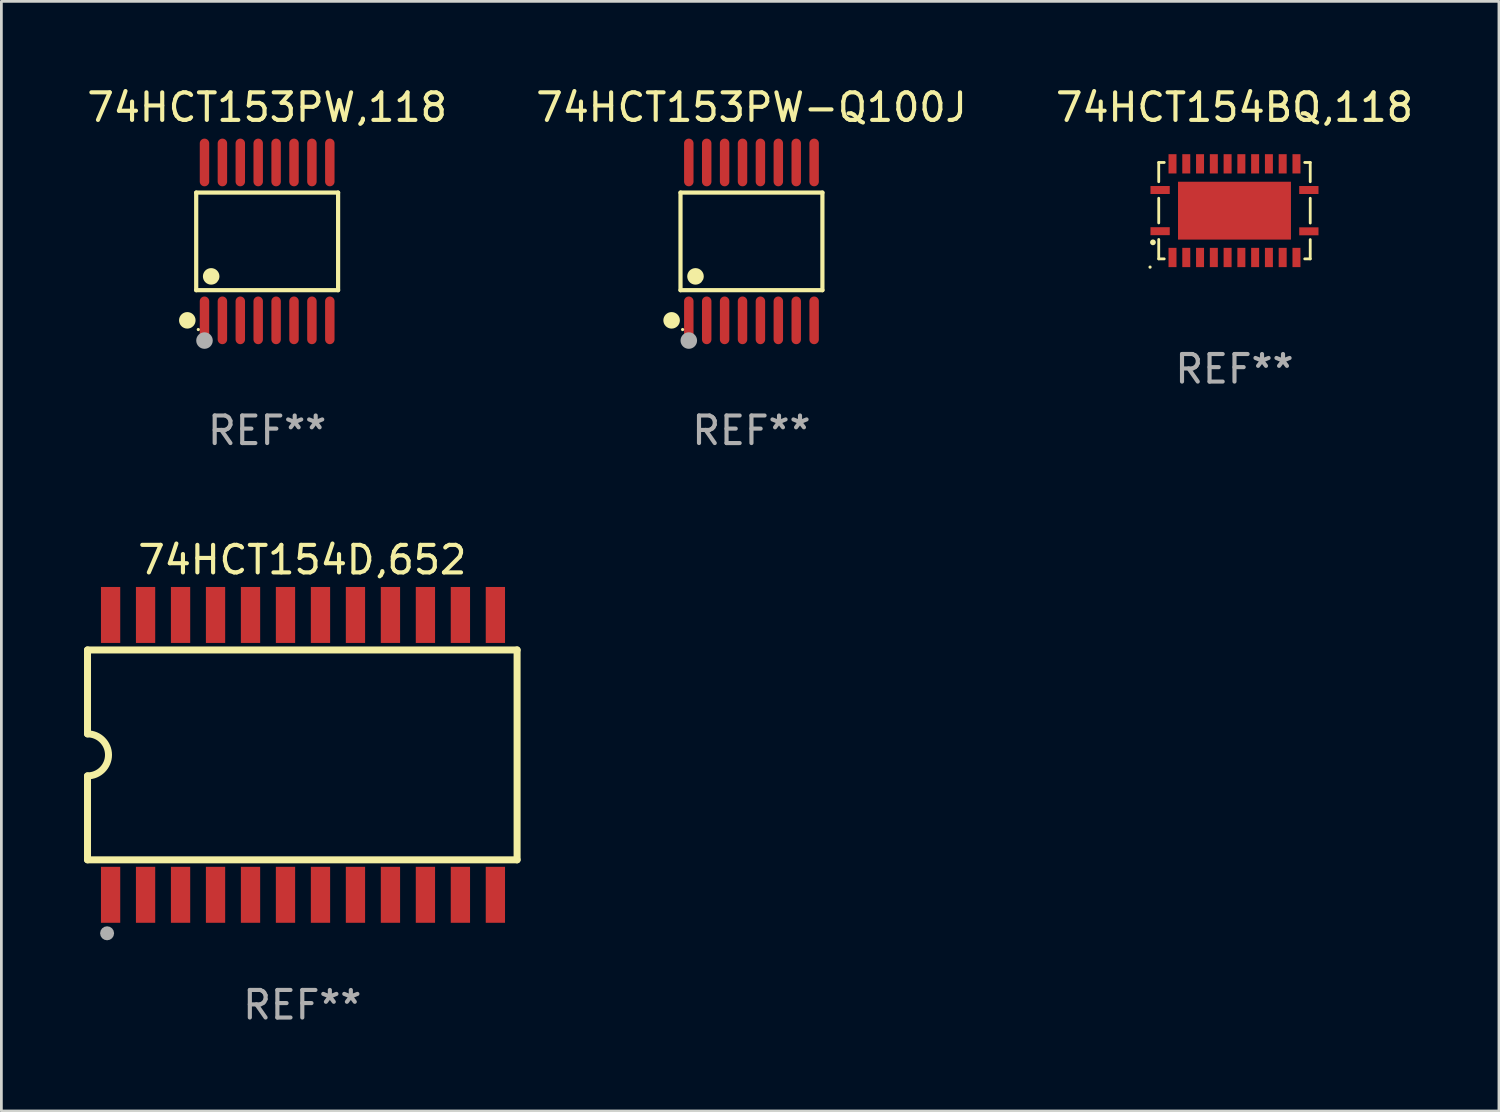
<source format=kicad_pcb>
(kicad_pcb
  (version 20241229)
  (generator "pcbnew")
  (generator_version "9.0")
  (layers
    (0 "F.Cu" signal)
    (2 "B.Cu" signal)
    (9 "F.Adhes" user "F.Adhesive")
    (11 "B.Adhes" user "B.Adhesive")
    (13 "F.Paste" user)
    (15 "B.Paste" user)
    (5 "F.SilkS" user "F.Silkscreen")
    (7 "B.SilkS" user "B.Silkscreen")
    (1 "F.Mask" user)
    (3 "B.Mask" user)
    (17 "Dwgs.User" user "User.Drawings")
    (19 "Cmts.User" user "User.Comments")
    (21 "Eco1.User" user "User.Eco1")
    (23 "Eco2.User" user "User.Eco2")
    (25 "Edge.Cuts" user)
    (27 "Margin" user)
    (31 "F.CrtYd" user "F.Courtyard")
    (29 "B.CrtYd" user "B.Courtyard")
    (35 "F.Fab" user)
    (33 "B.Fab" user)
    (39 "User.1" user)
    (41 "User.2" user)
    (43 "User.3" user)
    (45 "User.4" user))
  (footprint "74HCT154D,652"
    (layer "F.Cu")
    (at 7.925 24.356)
    (property "Reference" "74HCT154D,652" (at 0 -7.08 0) (layer "F.SilkS") (effects (font (size 1 1) (thickness 0.15))))
    (attr through_hole)
    (fp_line (start -7.798 -3.81) (end -7.798 -0.762) (stroke (width 0.254) (type solid)) (layer "F.SilkS"))
    (fp_line (start -7.798 3.81) (end -7.798 0.762) (stroke (width 0.254) (type solid)) (layer "F.SilkS"))
    (fp_line (start 7.798 -3.81) (end -7.798 -3.81) (stroke (width 0.254) (type solid)) (layer "F.SilkS"))
    (fp_line (start 7.798 3.81) (end -7.798 3.81) (stroke (width 0.254) (type solid)) (layer "F.SilkS"))
    (fp_line (start 7.798 3.81) (end 7.798 -3.81) (stroke (width 0.254) (type solid)) (layer "F.SilkS"))
    (fp_arc (start -7.797791 -0.762002) (mid -7.03579 -0.000001) (end -7.79779 0.762002) (stroke (width 0.254001) (type solid)) (layer "F.SilkS"))
    (fp_circle (center -7.825 3.75) (end -7.795 3.75) (stroke (width 0.06) (type solid)) (fill no) (layer "F.SilkS"))
    (fp_circle (center -7.087 6.477) (end -6.96 6.477) (stroke (width 0.254) (type solid)) (fill no) (layer "F.Fab"))
    (fp_text user "REF**" (at 0 9.08 0) (layer "F.Fab") (effects (font (size 1 1) (thickness 0.15))))
    (pad "1" smd rect (at -6.96 5.08 90) (size 2.032 0.7) (layers "F.Cu" "F.Mask" "F.Paste"))
    (pad "2" smd rect (at -5.69 5.08 90) (size 2.032 0.7) (layers "F.Cu" "F.Mask" "F.Paste"))
    (pad "3" smd rect (at -4.42 5.08 90) (size 2.032 0.7) (layers "F.Cu" "F.Mask" "F.Paste"))
    (pad "4" smd rect (at -3.15 5.08 90) (size 2.032 0.7) (layers "F.Cu" "F.Mask" "F.Paste"))
    (pad "5" smd rect (at -1.88 5.08 90) (size 2.032 0.7) (layers "F.Cu" "F.Mask" "F.Paste"))
    (pad "6" smd rect (at -0.61 5.08 90) (size 2.032 0.7) (layers "F.Cu" "F.Mask" "F.Paste"))
    (pad "7" smd rect (at 0.66 5.08 90) (size 2.032 0.7) (layers "F.Cu" "F.Mask" "F.Paste"))
    (pad "8" smd rect (at 1.93 5.08 90) (size 2.032 0.7) (layers "F.Cu" "F.Mask" "F.Paste"))
    (pad "9" smd rect (at 3.2 5.08 90) (size 2.032 0.7) (layers "F.Cu" "F.Mask" "F.Paste"))
    (pad "10" smd rect (at 4.47 5.08 90) (size 2.032 0.7) (layers "F.Cu" "F.Mask" "F.Paste"))
    (pad "11" smd rect (at 5.74 5.08 90) (size 2.032 0.7) (layers "F.Cu" "F.Mask" "F.Paste"))
    (pad "12" smd rect (at 7.01 5.08 90) (size 2.032 0.7) (layers "F.Cu" "F.Mask" "F.Paste"))
    (pad "13" smd rect (at 7.01 -5.08 90) (size 2.032 0.7) (layers "F.Cu" "F.Mask" "F.Paste"))
    (pad "14" smd rect (at 5.74 -5.08 90) (size 2.032 0.7) (layers "F.Cu" "F.Mask" "F.Paste"))
    (pad "15" smd rect (at 4.47 -5.08 90) (size 2.032 0.7) (layers "F.Cu" "F.Mask" "F.Paste"))
    (pad "16" smd rect (at 3.2 -5.08 90) (size 2.032 0.7) (layers "F.Cu" "F.Mask" "F.Paste"))
    (pad "17" smd rect (at 1.93 -5.08 90) (size 2.032 0.7) (layers "F.Cu" "F.Mask" "F.Paste"))
    (pad "18" smd rect (at 0.66 -5.08 90) (size 2.032 0.7) (layers "F.Cu" "F.Mask" "F.Paste"))
    (pad "19" smd rect (at -0.61 -5.08 90) (size 2.032 0.7) (layers "F.Cu" "F.Mask" "F.Paste"))
    (pad "20" smd rect (at -1.88 -5.08 90) (size 2.032 0.7) (layers "F.Cu" "F.Mask" "F.Paste"))
    (pad "21" smd rect (at -3.15 -5.08 90) (size 2.032 0.7) (layers "F.Cu" "F.Mask" "F.Paste"))
    (pad "22" smd rect (at -4.42 -5.08 90) (size 2.032 0.7) (layers "F.Cu" "F.Mask" "F.Paste"))
    (pad "23" smd rect (at -5.69 -5.08 90) (size 2.032 0.7) (layers "F.Cu" "F.Mask" "F.Paste"))
    (pad "24" smd rect (at -6.96 -5.08 90) (size 2.032 0.7) (layers "F.Cu" "F.Mask" "F.Paste")))
  (footprint "74HCT153PW,118"
    (layer "F.Cu")
    (at 6.649 5.714)
    (property "Reference" "74HCT153PW,118" (at 0 -4.866 0) (layer "F.SilkS") (effects (font (size 1 1) (thickness 0.15))))
    (attr through_hole)
    (fp_line (start -2.576 -1.772) (end 2.576 -1.772) (stroke (width 0.152) (type solid)) (layer "F.SilkS"))
    (fp_line (start -2.576 1.771) (end -2.576 -1.772) (stroke (width 0.152) (type solid)) (layer "F.SilkS"))
    (fp_line (start 2.576 -1.772) (end 2.576 1.771) (stroke (width 0.152) (type solid)) (layer "F.SilkS"))
    (fp_line (start 2.576 1.771) (end -2.576 1.771) (stroke (width 0.152) (type solid)) (layer "F.SilkS"))
    (fp_circle (center -2.899 2.866) (end -2.749 2.866) (stroke (width 0.3) (type solid)) (fill no) (layer "F.SilkS"))
    (fp_circle (center -2.5 3.2) (end -2.47 3.2) (stroke (width 0.06) (type solid)) (fill no) (layer "F.SilkS"))
    (fp_circle (center -2.032 1.27) (end -1.882 1.27) (stroke (width 0.3) (type solid)) (fill no) (layer "F.SilkS"))
    (fp_circle (center -2.275 3.6) (end -2.125 3.6) (stroke (width 0.3) (type solid)) (fill no) (layer "F.Fab"))
    (fp_text user "REF**" (at 0 6.866 0) (layer "F.Fab") (effects (font (size 1 1) (thickness 0.15))))
    (pad "1" smd oval (at -2.275 2.866) (size 0.343 1.731) (layers "F.Cu" "F.Mask" "F.Paste"))
    (pad "2" smd oval (at -1.625 2.866) (size 0.343 1.731) (layers "F.Cu" "F.Mask" "F.Paste"))
    (pad "3" smd oval (at -0.975 2.866) (size 0.343 1.731) (layers "F.Cu" "F.Mask" "F.Paste"))
    (pad "4" smd oval (at -0.325 2.866) (size 0.343 1.731) (layers "F.Cu" "F.Mask" "F.Paste"))
    (pad "5" smd oval (at 0.325 2.866) (size 0.343 1.731) (layers "F.Cu" "F.Mask" "F.Paste"))
    (pad "6" smd oval (at 0.975 2.866) (size 0.343 1.731) (layers "F.Cu" "F.Mask" "F.Paste"))
    (pad "7" smd oval (at 1.625 2.866) (size 0.343 1.731) (layers "F.Cu" "F.Mask" "F.Paste"))
    (pad "8" smd oval (at 2.275 2.866) (size 0.343 1.731) (layers "F.Cu" "F.Mask" "F.Paste"))
    (pad "9" smd oval (at 2.275 -2.866) (size 0.343 1.731) (layers "F.Cu" "F.Mask" "F.Paste"))
    (pad "10" smd oval (at 1.625 -2.866) (size 0.343 1.731) (layers "F.Cu" "F.Mask" "F.Paste"))
    (pad "11" smd oval (at 0.975 -2.866) (size 0.343 1.731) (layers "F.Cu" "F.Mask" "F.Paste"))
    (pad "12" smd oval (at 0.325 -2.866) (size 0.343 1.731) (layers "F.Cu" "F.Mask" "F.Paste"))
    (pad "13" smd oval (at -0.325 -2.866) (size 0.343 1.731) (layers "F.Cu" "F.Mask" "F.Paste"))
    (pad "14" smd oval (at -0.975 -2.866) (size 0.343 1.731) (layers "F.Cu" "F.Mask" "F.Paste"))
    (pad "15" smd oval (at -1.625 -2.866) (size 0.343 1.731) (layers "F.Cu" "F.Mask" "F.Paste"))
    (pad "16" smd oval (at -2.275 -2.866) (size 0.343 1.731) (layers "F.Cu" "F.Mask" "F.Paste")))
  (footprint "74HCT154BQ,118"
    (layer "F.Cu")
    (at 41.768 4.598)
    (property "Reference" "74HCT154BQ,118" (at 0 -3.75 0) (layer "F.SilkS") (effects (font (size 1 1) (thickness 0.15))))
    (attr through_hole)
    (fp_line (start -2.75 -1.75) (end -2.75 -1.05) (stroke (width 0.102) (type solid)) (layer "F.SilkS"))
    (fp_line (start -2.75 -1.75) (end -2.55 -1.75) (stroke (width 0.102) (type solid)) (layer "F.SilkS"))
    (fp_line (start -2.75 -0.45) (end -2.75 0.445) (stroke (width 0.102) (type solid)) (layer "F.SilkS"))
    (fp_line (start -2.75 1.75) (end -2.75 1.045) (stroke (width 0.102) (type solid)) (layer "F.SilkS"))
    (fp_line (start -2.55 1.75) (end -2.75 1.75) (stroke (width 0.102) (type solid)) (layer "F.SilkS"))
    (fp_line (start 2.55 -1.75) (end 2.75 -1.75) (stroke (width 0.102) (type solid)) (layer "F.SilkS"))
    (fp_line (start 2.75 -1.75) (end 2.75 -1.05) (stroke (width 0.102) (type solid)) (layer "F.SilkS"))
    (fp_line (start 2.75 -0.45) (end 2.75 0.45) (stroke (width 0.102) (type solid)) (layer "F.SilkS"))
    (fp_line (start 2.75 1.05) (end 2.75 1.75) (stroke (width 0.102) (type solid)) (layer "F.SilkS"))
    (fp_line (start 2.75 1.75) (end 2.55 1.75) (stroke (width 0.102) (type solid)) (layer "F.SilkS"))
    (fp_circle (center -3.065 2.05) (end -3.035 2.05) (stroke (width 0.06) (type solid)) (fill no) (layer "F.SilkS"))
    (fp_circle (center -2.96 1.15) (end -2.906 1.15) (stroke (width 0.102) (type solid)) (fill no) (layer "F.SilkS"))
    (fp_text user "REF**" (at 0 5.75 0) (layer "F.Fab") (effects (font (size 1 1) (thickness 0.15))))
    (pad "1" smd rect (at -2.7 0.745 90) (size 0.29 0.7) (layers "F.Cu" "F.Mask" "F.Paste"))
    (pad "2" smd rect (at -2.25 1.7) (size 0.29 0.7) (layers "F.Cu" "F.Mask" "F.Paste"))
    (pad "3" smd rect (at -1.75 1.7) (size 0.29 0.7) (layers "F.Cu" "F.Mask" "F.Paste"))
    (pad "4" smd rect (at -1.25 1.7) (size 0.29 0.7) (layers "F.Cu" "F.Mask" "F.Paste"))
    (pad "5" smd rect (at -0.75 1.7) (size 0.29 0.7) (layers "F.Cu" "F.Mask" "F.Paste"))
    (pad "6" smd rect (at -0.25 1.7) (size 0.29 0.7) (layers "F.Cu" "F.Mask" "F.Paste"))
    (pad "7" smd rect (at 0.25 1.7) (size 0.29 0.7) (layers "F.Cu" "F.Mask" "F.Paste"))
    (pad "8" smd rect (at 0.75 1.7) (size 0.29 0.7) (layers "F.Cu" "F.Mask" "F.Paste"))
    (pad "9" smd rect (at 1.25 1.7) (size 0.29 0.7) (layers "F.Cu" "F.Mask" "F.Paste"))
    (pad "10" smd rect (at 1.75 1.7) (size 0.29 0.7) (layers "F.Cu" "F.Mask" "F.Paste"))
    (pad "11" smd rect (at 2.25 1.7) (size 0.29 0.7) (layers "F.Cu" "F.Mask" "F.Paste"))
    (pad "12" smd rect (at 2.7 0.75 90) (size 0.29 0.7) (layers "F.Cu" "F.Mask" "F.Paste"))
    (pad "13" smd rect (at 2.7 -0.75 90) (size 0.29 0.7) (layers "F.Cu" "F.Mask" "F.Paste"))
    (pad "14" smd rect (at 2.25 -1.7 180) (size 0.29 0.7) (layers "F.Cu" "F.Mask" "F.Paste"))
    (pad "15" smd rect (at 1.75 -1.7 180) (size 0.29 0.7) (layers "F.Cu" "F.Mask" "F.Paste"))
    (pad "16" smd rect (at 1.25 -1.7 180) (size 0.29 0.7) (layers "F.Cu" "F.Mask" "F.Paste"))
    (pad "17" smd rect (at 0.75 -1.7 180) (size 0.29 0.7) (layers "F.Cu" "F.Mask" "F.Paste"))
    (pad "18" smd rect (at 0.25 -1.7 180) (size 0.29 0.7) (layers "F.Cu" "F.Mask" "F.Paste"))
    (pad "19" smd rect (at -0.25 -1.7 180) (size 0.29 0.7) (layers "F.Cu" "F.Mask" "F.Paste"))
    (pad "20" smd rect (at -0.75 -1.7 180) (size 0.29 0.7) (layers "F.Cu" "F.Mask" "F.Paste"))
    (pad "21" smd rect (at -1.25 -1.7 180) (size 0.29 0.7) (layers "F.Cu" "F.Mask" "F.Paste"))
    (pad "22" smd rect (at -1.75 -1.7 180) (size 0.29 0.7) (layers "F.Cu" "F.Mask" "F.Paste"))
    (pad "23" smd rect (at -2.25 -1.7 180) (size 0.29 0.7) (layers "F.Cu" "F.Mask" "F.Paste"))
    (pad "24" smd rect (at -2.7 -0.75 270) (size 0.29 0.7) (layers "F.Cu" "F.Mask" "F.Paste"))
    (pad "25" smd rect (at 0 0) (size 4.1 2.1) (layers "F.Cu" "F.Mask" "F.Paste")))
  (footprint "74HCT153PW-Q100J"
    (layer "F.Cu")
    (at 24.232 5.714)
    (property "Reference" "74HCT153PW-Q100J" (at 0 -4.866 0) (layer "F.SilkS") (effects (font (size 1 1) (thickness 0.15))))
    (attr through_hole)
    (fp_line (start -2.576 -1.772) (end 2.576 -1.772) (stroke (width 0.152) (type solid)) (layer "F.SilkS"))
    (fp_line (start -2.576 1.771) (end -2.576 -1.772) (stroke (width 0.152) (type solid)) (layer "F.SilkS"))
    (fp_line (start 2.576 -1.772) (end 2.576 1.771) (stroke (width 0.152) (type solid)) (layer "F.SilkS"))
    (fp_line (start 2.576 1.771) (end -2.576 1.771) (stroke (width 0.152) (type solid)) (layer "F.SilkS"))
    (fp_circle (center -2.899 2.866) (end -2.749 2.866) (stroke (width 0.3) (type solid)) (fill no) (layer "F.SilkS"))
    (fp_circle (center -2.5 3.2) (end -2.47 3.2) (stroke (width 0.06) (type solid)) (fill no) (layer "F.SilkS"))
    (fp_circle (center -2.032 1.27) (end -1.882 1.27) (stroke (width 0.3) (type solid)) (fill no) (layer "F.SilkS"))
    (fp_circle (center -2.275 3.6) (end -2.125 3.6) (stroke (width 0.3) (type solid)) (fill no) (layer "F.Fab"))
    (fp_text user "REF**" (at 0 6.866 0) (layer "F.Fab") (effects (font (size 1 1) (thickness 0.15))))
    (pad "1" smd oval (at -2.275 2.866) (size 0.343 1.731) (layers "F.Cu" "F.Mask" "F.Paste"))
    (pad "2" smd oval (at -1.625 2.866) (size 0.343 1.731) (layers "F.Cu" "F.Mask" "F.Paste"))
    (pad "3" smd oval (at -0.975 2.866) (size 0.343 1.731) (layers "F.Cu" "F.Mask" "F.Paste"))
    (pad "4" smd oval (at -0.325 2.866) (size 0.343 1.731) (layers "F.Cu" "F.Mask" "F.Paste"))
    (pad "5" smd oval (at 0.325 2.866) (size 0.343 1.731) (layers "F.Cu" "F.Mask" "F.Paste"))
    (pad "6" smd oval (at 0.975 2.866) (size 0.343 1.731) (layers "F.Cu" "F.Mask" "F.Paste"))
    (pad "7" smd oval (at 1.625 2.866) (size 0.343 1.731) (layers "F.Cu" "F.Mask" "F.Paste"))
    (pad "8" smd oval (at 2.275 2.866) (size 0.343 1.731) (layers "F.Cu" "F.Mask" "F.Paste"))
    (pad "9" smd oval (at 2.275 -2.866) (size 0.343 1.731) (layers "F.Cu" "F.Mask" "F.Paste"))
    (pad "10" smd oval (at 1.625 -2.866) (size 0.343 1.731) (layers "F.Cu" "F.Mask" "F.Paste"))
    (pad "11" smd oval (at 0.975 -2.866) (size 0.343 1.731) (layers "F.Cu" "F.Mask" "F.Paste"))
    (pad "12" smd oval (at 0.325 -2.866) (size 0.343 1.731) (layers "F.Cu" "F.Mask" "F.Paste"))
    (pad "13" smd oval (at -0.325 -2.866) (size 0.343 1.731) (layers "F.Cu" "F.Mask" "F.Paste"))
    (pad "14" smd oval (at -0.975 -2.866) (size 0.343 1.731) (layers "F.Cu" "F.Mask" "F.Paste"))
    (pad "15" smd oval (at -1.625 -2.866) (size 0.343 1.731) (layers "F.Cu" "F.Mask" "F.Paste"))
    (pad "16" smd oval (at -2.275 -2.866) (size 0.343 1.731) (layers "F.Cu" "F.Mask" "F.Paste")))
  (gr_rect
    (start -3 -3)
    (end 51.369 37.285)
    (stroke (width 0.1) (type default))
    (fill no)
    (layer "Edge.Cuts")))
</source>
